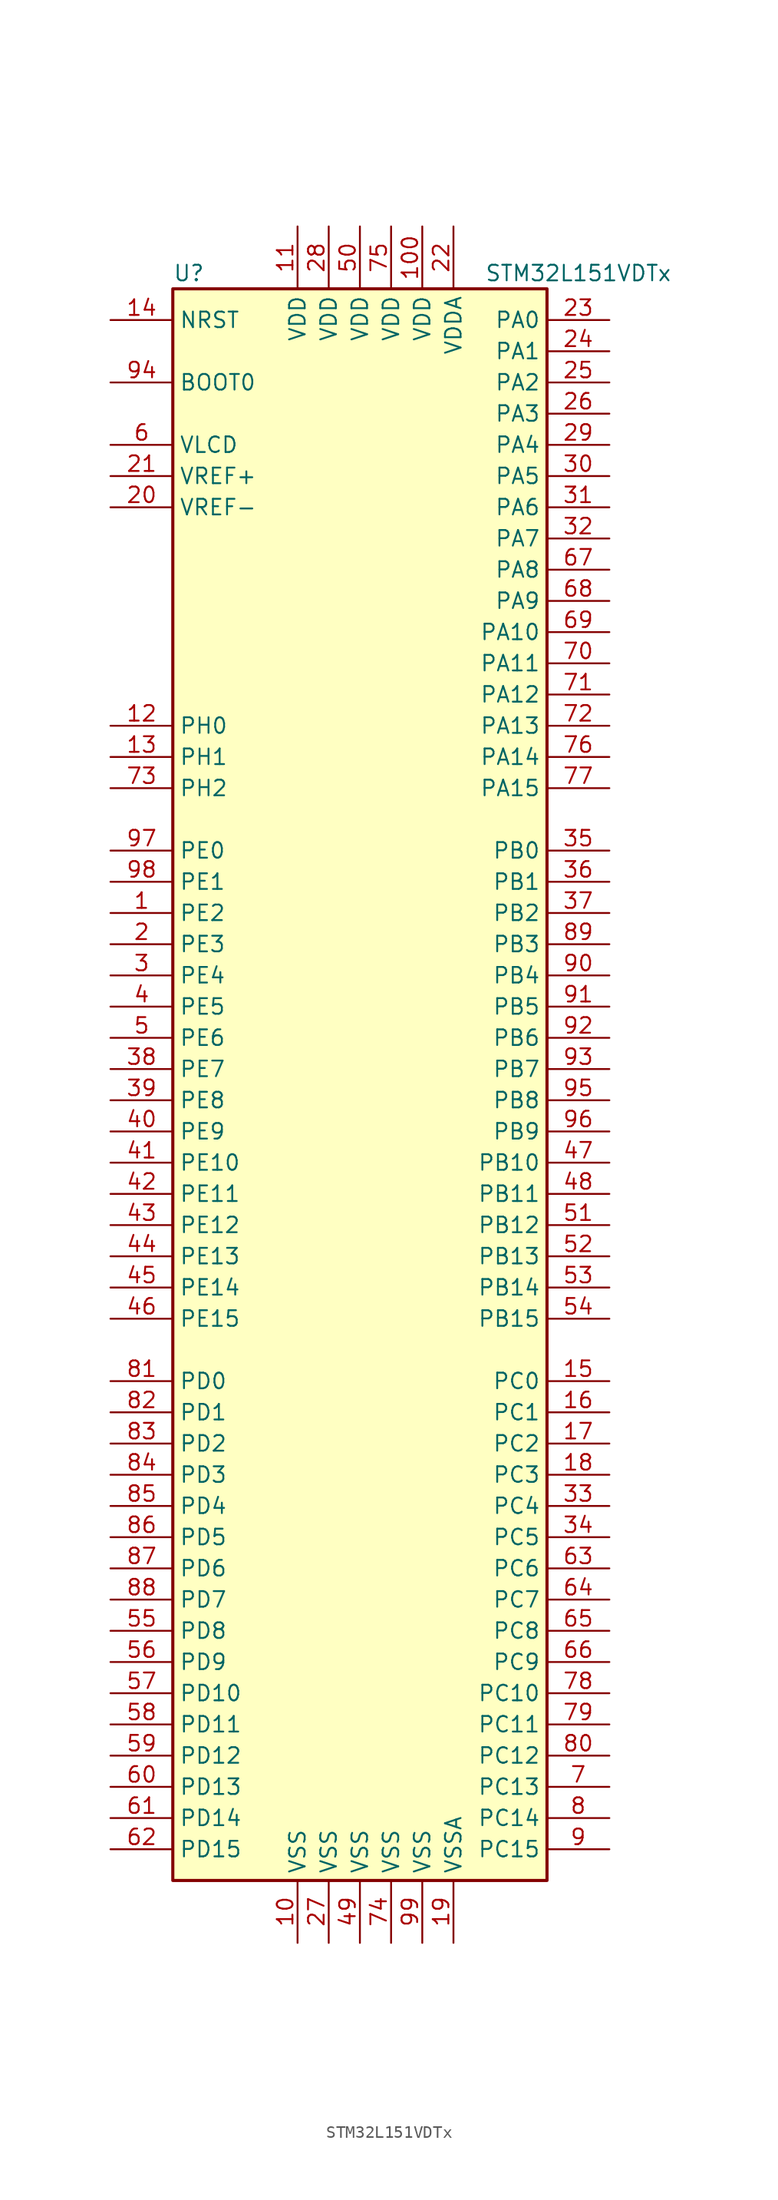
<source format=kicad_sym>
(kicad_symbol_lib
  (version 20201005)
  (generator kicad_symbol_editor)
  (symbol "STM32L151VDTx"
    (property "Reference" "U"
      (at -15.24 64.77 0)
      (effects (font (size 1.27 1.27)) (justify left)))
    (property "Value" "STM32L151VDTx"
      (at 10.16 64.77 0)
      (effects (font (size 1.27 1.27)) (justify left)))
    (symbol "STM32L151VDTx_0_1"
      (rectangle (start -15.24 -66.04) (end 15.24 63.5) (stroke (width 0.254)) (fill (type background))))
    (symbol "STM32L151VDTx_1_1"
      (pin bidirectional line (at -20.32 12.7 0) (length 5.08) (name "PE2" (effects (font (size 1.27 1.27)))) (number "1" (effects (font (size 1.27 1.27)))))
      (pin power_in line (at -5.08 -71.12 90) (length 5.08) (name "VSS" (effects (font (size 1.27 1.27)))) (number "10" (effects (font (size 1.27 1.27)))))
      (pin power_in line (at 5.08 68.58 270) (length 5.08) (name "VDD" (effects (font (size 1.27 1.27)))) (number "100" (effects (font (size 1.27 1.27)))))
      (pin power_in line (at -5.08 68.58 270) (length 5.08) (name "VDD" (effects (font (size 1.27 1.27)))) (number "11" (effects (font (size 1.27 1.27)))))
      (pin input line (at -20.32 27.94 0) (length 5.08) (name "PH0" (effects (font (size 1.27 1.27)))) (number "12" (effects (font (size 1.27 1.27)))))
      (pin input line (at -20.32 25.4 0) (length 5.08) (name "PH1" (effects (font (size 1.27 1.27)))) (number "13" (effects (font (size 1.27 1.27)))))
      (pin input line (at -20.32 60.96 0) (length 5.08) (name "NRST" (effects (font (size 1.27 1.27)))) (number "14" (effects (font (size 1.27 1.27)))))
      (pin bidirectional line (at 20.32 -25.4 180) (length 5.08) (name "PC0" (effects (font (size 1.27 1.27)))) (number "15" (effects (font (size 1.27 1.27)))))
      (pin bidirectional line (at 20.32 -27.94 180) (length 5.08) (name "PC1" (effects (font (size 1.27 1.27)))) (number "16" (effects (font (size 1.27 1.27)))))
      (pin bidirectional line (at 20.32 -30.48 180) (length 5.08) (name "PC2" (effects (font (size 1.27 1.27)))) (number "17" (effects (font (size 1.27 1.27)))))
      (pin bidirectional line (at 20.32 -33.02 180) (length 5.08) (name "PC3" (effects (font (size 1.27 1.27)))) (number "18" (effects (font (size 1.27 1.27)))))
      (pin power_in line (at 7.62 -71.12 90) (length 5.08) (name "VSSA" (effects (font (size 1.27 1.27)))) (number "19" (effects (font (size 1.27 1.27)))))
      (pin bidirectional line (at -20.32 10.16 0) (length 5.08) (name "PE3" (effects (font (size 1.27 1.27)))) (number "2" (effects (font (size 1.27 1.27)))))
      (pin power_in line (at -20.32 45.72 0) (length 5.08) (name "VREF-" (effects (font (size 1.27 1.27)))) (number "20" (effects (font (size 1.27 1.27)))))
      (pin power_in line (at -20.32 48.26 0) (length 5.08) (name "VREF+" (effects (font (size 1.27 1.27)))) (number "21" (effects (font (size 1.27 1.27)))))
      (pin power_in line (at 7.62 68.58 270) (length 5.08) (name "VDDA" (effects (font (size 1.27 1.27)))) (number "22" (effects (font (size 1.27 1.27)))))
      (pin bidirectional line (at 20.32 60.96 180) (length 5.08) (name "PA0" (effects (font (size 1.27 1.27)))) (number "23" (effects (font (size 1.27 1.27)))))
      (pin bidirectional line (at 20.32 58.42 180) (length 5.08) (name "PA1" (effects (font (size 1.27 1.27)))) (number "24" (effects (font (size 1.27 1.27)))))
      (pin bidirectional line (at 20.32 55.88 180) (length 5.08) (name "PA2" (effects (font (size 1.27 1.27)))) (number "25" (effects (font (size 1.27 1.27)))))
      (pin bidirectional line (at 20.32 53.34 180) (length 5.08) (name "PA3" (effects (font (size 1.27 1.27)))) (number "26" (effects (font (size 1.27 1.27)))))
      (pin power_in line (at -2.54 -71.12 90) (length 5.08) (name "VSS" (effects (font (size 1.27 1.27)))) (number "27" (effects (font (size 1.27 1.27)))))
      (pin power_in line (at -2.54 68.58 270) (length 5.08) (name "VDD" (effects (font (size 1.27 1.27)))) (number "28" (effects (font (size 1.27 1.27)))))
      (pin bidirectional line (at 20.32 50.8 180) (length 5.08) (name "PA4" (effects (font (size 1.27 1.27)))) (number "29" (effects (font (size 1.27 1.27)))))
      (pin bidirectional line (at -20.32 7.62 0) (length 5.08) (name "PE4" (effects (font (size 1.27 1.27)))) (number "3" (effects (font (size 1.27 1.27)))))
      (pin bidirectional line (at 20.32 48.26 180) (length 5.08) (name "PA5" (effects (font (size 1.27 1.27)))) (number "30" (effects (font (size 1.27 1.27)))))
      (pin bidirectional line (at 20.32 45.72 180) (length 5.08) (name "PA6" (effects (font (size 1.27 1.27)))) (number "31" (effects (font (size 1.27 1.27)))))
      (pin bidirectional line (at 20.32 43.18 180) (length 5.08) (name "PA7" (effects (font (size 1.27 1.27)))) (number "32" (effects (font (size 1.27 1.27)))))
      (pin bidirectional line (at 20.32 -35.56 180) (length 5.08) (name "PC4" (effects (font (size 1.27 1.27)))) (number "33" (effects (font (size 1.27 1.27)))))
      (pin bidirectional line (at 20.32 -38.1 180) (length 5.08) (name "PC5" (effects (font (size 1.27 1.27)))) (number "34" (effects (font (size 1.27 1.27)))))
      (pin bidirectional line (at 20.32 17.78 180) (length 5.08) (name "PB0" (effects (font (size 1.27 1.27)))) (number "35" (effects (font (size 1.27 1.27)))))
      (pin bidirectional line (at 20.32 15.24 180) (length 5.08) (name "PB1" (effects (font (size 1.27 1.27)))) (number "36" (effects (font (size 1.27 1.27)))))
      (pin bidirectional line (at 20.32 12.7 180) (length 5.08) (name "PB2" (effects (font (size 1.27 1.27)))) (number "37" (effects (font (size 1.27 1.27)))))
      (pin bidirectional line (at -20.32 0 0) (length 5.08) (name "PE7" (effects (font (size 1.27 1.27)))) (number "38" (effects (font (size 1.27 1.27)))))
      (pin bidirectional line (at -20.32 -2.54 0) (length 5.08) (name "PE8" (effects (font (size 1.27 1.27)))) (number "39" (effects (font (size 1.27 1.27)))))
      (pin bidirectional line (at -20.32 5.08 0) (length 5.08) (name "PE5" (effects (font (size 1.27 1.27)))) (number "4" (effects (font (size 1.27 1.27)))))
      (pin bidirectional line (at -20.32 -5.08 0) (length 5.08) (name "PE9" (effects (font (size 1.27 1.27)))) (number "40" (effects (font (size 1.27 1.27)))))
      (pin bidirectional line (at -20.32 -7.62 0) (length 5.08) (name "PE10" (effects (font (size 1.27 1.27)))) (number "41" (effects (font (size 1.27 1.27)))))
      (pin bidirectional line (at -20.32 -10.16 0) (length 5.08) (name "PE11" (effects (font (size 1.27 1.27)))) (number "42" (effects (font (size 1.27 1.27)))))
      (pin bidirectional line (at -20.32 -12.7 0) (length 5.08) (name "PE12" (effects (font (size 1.27 1.27)))) (number "43" (effects (font (size 1.27 1.27)))))
      (pin bidirectional line (at -20.32 -15.24 0) (length 5.08) (name "PE13" (effects (font (size 1.27 1.27)))) (number "44" (effects (font (size 1.27 1.27)))))
      (pin bidirectional line (at -20.32 -17.78 0) (length 5.08) (name "PE14" (effects (font (size 1.27 1.27)))) (number "45" (effects (font (size 1.27 1.27)))))
      (pin bidirectional line (at -20.32 -20.32 0) (length 5.08) (name "PE15" (effects (font (size 1.27 1.27)))) (number "46" (effects (font (size 1.27 1.27)))))
      (pin bidirectional line (at 20.32 -7.62 180) (length 5.08) (name "PB10" (effects (font (size 1.27 1.27)))) (number "47" (effects (font (size 1.27 1.27)))))
      (pin bidirectional line (at 20.32 -10.16 180) (length 5.08) (name "PB11" (effects (font (size 1.27 1.27)))) (number "48" (effects (font (size 1.27 1.27)))))
      (pin power_in line (at 0 -71.12 90) (length 5.08) (name "VSS" (effects (font (size 1.27 1.27)))) (number "49" (effects (font (size 1.27 1.27)))))
      (pin bidirectional line (at -20.32 2.54 0) (length 5.08) (name "PE6" (effects (font (size 1.27 1.27)))) (number "5" (effects (font (size 1.27 1.27)))))
      (pin power_in line (at 0 68.58 270) (length 5.08) (name "VDD" (effects (font (size 1.27 1.27)))) (number "50" (effects (font (size 1.27 1.27)))))
      (pin bidirectional line (at 20.32 -12.7 180) (length 5.08) (name "PB12" (effects (font (size 1.27 1.27)))) (number "51" (effects (font (size 1.27 1.27)))))
      (pin bidirectional line (at 20.32 -15.24 180) (length 5.08) (name "PB13" (effects (font (size 1.27 1.27)))) (number "52" (effects (font (size 1.27 1.27)))))
      (pin bidirectional line (at 20.32 -17.78 180) (length 5.08) (name "PB14" (effects (font (size 1.27 1.27)))) (number "53" (effects (font (size 1.27 1.27)))))
      (pin bidirectional line (at 20.32 -20.32 180) (length 5.08) (name "PB15" (effects (font (size 1.27 1.27)))) (number "54" (effects (font (size 1.27 1.27)))))
      (pin bidirectional line (at -20.32 -45.72 0) (length 5.08) (name "PD8" (effects (font (size 1.27 1.27)))) (number "55" (effects (font (size 1.27 1.27)))))
      (pin bidirectional line (at -20.32 -48.26 0) (length 5.08) (name "PD9" (effects (font (size 1.27 1.27)))) (number "56" (effects (font (size 1.27 1.27)))))
      (pin bidirectional line (at -20.32 -50.8 0) (length 5.08) (name "PD10" (effects (font (size 1.27 1.27)))) (number "57" (effects (font (size 1.27 1.27)))))
      (pin bidirectional line (at -20.32 -53.34 0) (length 5.08) (name "PD11" (effects (font (size 1.27 1.27)))) (number "58" (effects (font (size 1.27 1.27)))))
      (pin bidirectional line (at -20.32 -55.88 0) (length 5.08) (name "PD12" (effects (font (size 1.27 1.27)))) (number "59" (effects (font (size 1.27 1.27)))))
      (pin power_in line (at -20.32 50.8 0) (length 5.08) (name "VLCD" (effects (font (size 1.27 1.27)))) (number "6" (effects (font (size 1.27 1.27)))))
      (pin bidirectional line (at -20.32 -58.42 0) (length 5.08) (name "PD13" (effects (font (size 1.27 1.27)))) (number "60" (effects (font (size 1.27 1.27)))))
      (pin bidirectional line (at -20.32 -60.96 0) (length 5.08) (name "PD14" (effects (font (size 1.27 1.27)))) (number "61" (effects (font (size 1.27 1.27)))))
      (pin bidirectional line (at -20.32 -63.5 0) (length 5.08) (name "PD15" (effects (font (size 1.27 1.27)))) (number "62" (effects (font (size 1.27 1.27)))))
      (pin bidirectional line (at 20.32 -40.64 180) (length 5.08) (name "PC6" (effects (font (size 1.27 1.27)))) (number "63" (effects (font (size 1.27 1.27)))))
      (pin bidirectional line (at 20.32 -43.18 180) (length 5.08) (name "PC7" (effects (font (size 1.27 1.27)))) (number "64" (effects (font (size 1.27 1.27)))))
      (pin bidirectional line (at 20.32 -45.72 180) (length 5.08) (name "PC8" (effects (font (size 1.27 1.27)))) (number "65" (effects (font (size 1.27 1.27)))))
      (pin bidirectional line (at 20.32 -48.26 180) (length 5.08) (name "PC9" (effects (font (size 1.27 1.27)))) (number "66" (effects (font (size 1.27 1.27)))))
      (pin bidirectional line (at 20.32 40.64 180) (length 5.08) (name "PA8" (effects (font (size 1.27 1.27)))) (number "67" (effects (font (size 1.27 1.27)))))
      (pin bidirectional line (at 20.32 38.1 180) (length 5.08) (name "PA9" (effects (font (size 1.27 1.27)))) (number "68" (effects (font (size 1.27 1.27)))))
      (pin bidirectional line (at 20.32 35.56 180) (length 5.08) (name "PA10" (effects (font (size 1.27 1.27)))) (number "69" (effects (font (size 1.27 1.27)))))
      (pin bidirectional line (at 20.32 -58.42 180) (length 5.08) (name "PC13" (effects (font (size 1.27 1.27)))) (number "7" (effects (font (size 1.27 1.27)))))
      (pin bidirectional line (at 20.32 33.02 180) (length 5.08) (name "PA11" (effects (font (size 1.27 1.27)))) (number "70" (effects (font (size 1.27 1.27)))))
      (pin bidirectional line (at 20.32 30.48 180) (length 5.08) (name "PA12" (effects (font (size 1.27 1.27)))) (number "71" (effects (font (size 1.27 1.27)))))
      (pin bidirectional line (at 20.32 27.94 180) (length 5.08) (name "PA13" (effects (font (size 1.27 1.27)))) (number "72" (effects (font (size 1.27 1.27)))))
      (pin bidirectional line (at -20.32 22.86 0) (length 5.08) (name "PH2" (effects (font (size 1.27 1.27)))) (number "73" (effects (font (size 1.27 1.27)))))
      (pin power_in line (at 2.54 -71.12 90) (length 5.08) (name "VSS" (effects (font (size 1.27 1.27)))) (number "74" (effects (font (size 1.27 1.27)))))
      (pin power_in line (at 2.54 68.58 270) (length 5.08) (name "VDD" (effects (font (size 1.27 1.27)))) (number "75" (effects (font (size 1.27 1.27)))))
      (pin bidirectional line (at 20.32 25.4 180) (length 5.08) (name "PA14" (effects (font (size 1.27 1.27)))) (number "76" (effects (font (size 1.27 1.27)))))
      (pin bidirectional line (at 20.32 22.86 180) (length 5.08) (name "PA15" (effects (font (size 1.27 1.27)))) (number "77" (effects (font (size 1.27 1.27)))))
      (pin bidirectional line (at 20.32 -50.8 180) (length 5.08) (name "PC10" (effects (font (size 1.27 1.27)))) (number "78" (effects (font (size 1.27 1.27)))))
      (pin bidirectional line (at 20.32 -53.34 180) (length 5.08) (name "PC11" (effects (font (size 1.27 1.27)))) (number "79" (effects (font (size 1.27 1.27)))))
      (pin bidirectional line (at 20.32 -60.96 180) (length 5.08) (name "PC14" (effects (font (size 1.27 1.27)))) (number "8" (effects (font (size 1.27 1.27)))))
      (pin bidirectional line (at 20.32 -55.88 180) (length 5.08) (name "PC12" (effects (font (size 1.27 1.27)))) (number "80" (effects (font (size 1.27 1.27)))))
      (pin bidirectional line (at -20.32 -25.4 0) (length 5.08) (name "PD0" (effects (font (size 1.27 1.27)))) (number "81" (effects (font (size 1.27 1.27)))))
      (pin bidirectional line (at -20.32 -27.94 0) (length 5.08) (name "PD1" (effects (font (size 1.27 1.27)))) (number "82" (effects (font (size 1.27 1.27)))))
      (pin bidirectional line (at -20.32 -30.48 0) (length 5.08) (name "PD2" (effects (font (size 1.27 1.27)))) (number "83" (effects (font (size 1.27 1.27)))))
      (pin bidirectional line (at -20.32 -33.02 0) (length 5.08) (name "PD3" (effects (font (size 1.27 1.27)))) (number "84" (effects (font (size 1.27 1.27)))))
      (pin bidirectional line (at -20.32 -35.56 0) (length 5.08) (name "PD4" (effects (font (size 1.27 1.27)))) (number "85" (effects (font (size 1.27 1.27)))))
      (pin bidirectional line (at -20.32 -38.1 0) (length 5.08) (name "PD5" (effects (font (size 1.27 1.27)))) (number "86" (effects (font (size 1.27 1.27)))))
      (pin bidirectional line (at -20.32 -40.64 0) (length 5.08) (name "PD6" (effects (font (size 1.27 1.27)))) (number "87" (effects (font (size 1.27 1.27)))))
      (pin bidirectional line (at -20.32 -43.18 0) (length 5.08) (name "PD7" (effects (font (size 1.27 1.27)))) (number "88" (effects (font (size 1.27 1.27)))))
      (pin bidirectional line (at 20.32 10.16 180) (length 5.08) (name "PB3" (effects (font (size 1.27 1.27)))) (number "89" (effects (font (size 1.27 1.27)))))
      (pin bidirectional line (at 20.32 -63.5 180) (length 5.08) (name "PC15" (effects (font (size 1.27 1.27)))) (number "9" (effects (font (size 1.27 1.27)))))
      (pin bidirectional line (at 20.32 7.62 180) (length 5.08) (name "PB4" (effects (font (size 1.27 1.27)))) (number "90" (effects (font (size 1.27 1.27)))))
      (pin bidirectional line (at 20.32 5.08 180) (length 5.08) (name "PB5" (effects (font (size 1.27 1.27)))) (number "91" (effects (font (size 1.27 1.27)))))
      (pin bidirectional line (at 20.32 2.54 180) (length 5.08) (name "PB6" (effects (font (size 1.27 1.27)))) (number "92" (effects (font (size 1.27 1.27)))))
      (pin bidirectional line (at 20.32 0 180) (length 5.08) (name "PB7" (effects (font (size 1.27 1.27)))) (number "93" (effects (font (size 1.27 1.27)))))
      (pin input line (at -20.32 55.88 0) (length 5.08) (name "BOOT0" (effects (font (size 1.27 1.27)))) (number "94" (effects (font (size 1.27 1.27)))))
      (pin bidirectional line (at 20.32 -2.54 180) (length 5.08) (name "PB8" (effects (font (size 1.27 1.27)))) (number "95" (effects (font (size 1.27 1.27)))))
      (pin bidirectional line (at 20.32 -5.08 180) (length 5.08) (name "PB9" (effects (font (size 1.27 1.27)))) (number "96" (effects (font (size 1.27 1.27)))))
      (pin bidirectional line (at -20.32 17.78 0) (length 5.08) (name "PE0" (effects (font (size 1.27 1.27)))) (number "97" (effects (font (size 1.27 1.27)))))
      (pin bidirectional line (at -20.32 15.24 0) (length 5.08) (name "PE1" (effects (font (size 1.27 1.27)))) (number "98" (effects (font (size 1.27 1.27)))))
      (pin power_in line (at 5.08 -71.12 90) (length 5.08) (name "VSS" (effects (font (size 1.27 1.27)))) (number "99" (effects (font (size 1.27 1.27))))))))
</source>
